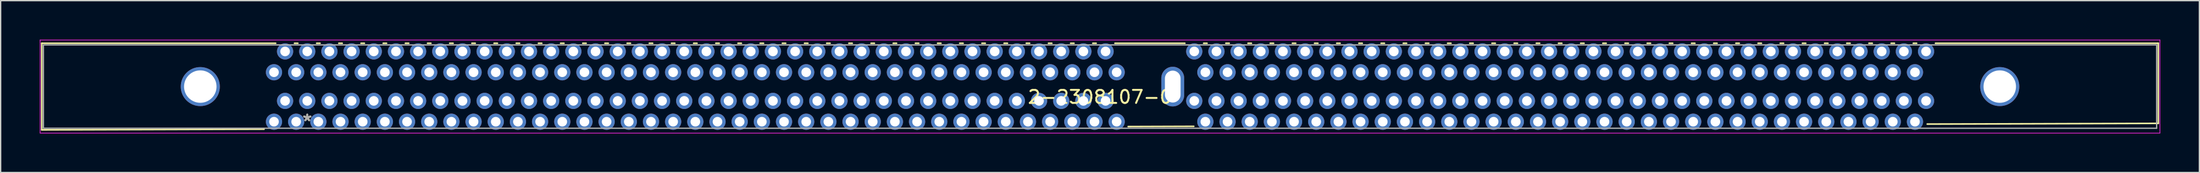
<source format=kicad_pcb>
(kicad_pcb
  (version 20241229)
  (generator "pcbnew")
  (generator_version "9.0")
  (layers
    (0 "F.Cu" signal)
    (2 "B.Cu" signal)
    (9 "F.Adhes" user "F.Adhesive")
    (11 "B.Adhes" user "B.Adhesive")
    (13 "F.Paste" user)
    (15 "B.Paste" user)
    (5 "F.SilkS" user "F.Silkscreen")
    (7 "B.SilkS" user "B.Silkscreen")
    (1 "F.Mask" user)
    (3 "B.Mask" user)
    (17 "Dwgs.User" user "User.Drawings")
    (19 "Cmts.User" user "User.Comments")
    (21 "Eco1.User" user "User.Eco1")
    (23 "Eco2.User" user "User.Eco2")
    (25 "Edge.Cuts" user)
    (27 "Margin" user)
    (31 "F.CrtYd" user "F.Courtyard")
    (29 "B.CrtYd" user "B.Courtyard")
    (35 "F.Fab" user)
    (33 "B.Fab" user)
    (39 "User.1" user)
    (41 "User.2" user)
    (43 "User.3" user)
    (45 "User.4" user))
  (footprint "2-2308107-0"
    (layer "F.Cu")
    (at 20.505 6.301)
    (property "Reference" "2-2308107-0" (at 60.775 -1.9 0) (layer "F.SilkS") (effects (font (size 1 1) (thickness 0.15))))
    (attr through_hole)
    (fp_line (start -20.353 -6.027) (end -20.353 0.627) (stroke (width 0.12) (type solid)) (layer "F.SilkS"))
    (fp_line (start -20.353 0.627) (end -3.313 0.575) (stroke (width 0.12) (type solid)) (layer "F.SilkS"))
    (fp_line (start -2.42 -6.027) (end -20.353 -6.027) (stroke (width 0.12) (type solid)) (layer "F.SilkS"))
    (fp_line (start -0.72 -6.027) (end -0.98 -6.027) (stroke (width 0.12) (type solid)) (layer "F.SilkS"))
    (fp_line (start 0.98 -6.027) (end 0.72 -6.027) (stroke (width 0.12) (type solid)) (layer "F.SilkS"))
    (fp_line (start 2.68 -6.027) (end 2.42 -6.027) (stroke (width 0.12) (type solid)) (layer "F.SilkS"))
    (fp_line (start 4.38 -6.027) (end 4.12 -6.027) (stroke (width 0.12) (type solid)) (layer "F.SilkS"))
    (fp_line (start 6.08 -6.027) (end 5.82 -6.027) (stroke (width 0.12) (type solid)) (layer "F.SilkS"))
    (fp_line (start 7.78 -6.027) (end 7.52 -6.027) (stroke (width 0.12) (type solid)) (layer "F.SilkS"))
    (fp_line (start 9.48 -6.027) (end 9.22 -6.027) (stroke (width 0.12) (type solid)) (layer "F.SilkS"))
    (fp_line (start 11.18 -6.027) (end 10.92 -6.027) (stroke (width 0.12) (type solid)) (layer "F.SilkS"))
    (fp_line (start 12.88 -6.027) (end 12.62 -6.027) (stroke (width 0.12) (type solid)) (layer "F.SilkS"))
    (fp_line (start 14.58 -6.027) (end 14.32 -6.027) (stroke (width 0.12) (type solid)) (layer "F.SilkS"))
    (fp_line (start 16.28 -6.027) (end 16.02 -6.027) (stroke (width 0.12) (type solid)) (layer "F.SilkS"))
    (fp_line (start 17.98 -6.027) (end 17.72 -6.027) (stroke (width 0.12) (type solid)) (layer "F.SilkS"))
    (fp_line (start 19.68 -6.027) (end 19.42 -6.027) (stroke (width 0.12) (type solid)) (layer "F.SilkS"))
    (fp_line (start 21.38 -6.027) (end 21.12 -6.027) (stroke (width 0.12) (type solid)) (layer "F.SilkS"))
    (fp_line (start 23.08 -6.027) (end 22.82 -6.027) (stroke (width 0.12) (type solid)) (layer "F.SilkS"))
    (fp_line (start 24.78 -6.027) (end 24.52 -6.027) (stroke (width 0.12) (type solid)) (layer "F.SilkS"))
    (fp_line (start 26.48 -6.027) (end 26.22 -6.027) (stroke (width 0.12) (type solid)) (layer "F.SilkS"))
    (fp_line (start 28.18 -6.027) (end 27.92 -6.027) (stroke (width 0.12) (type solid)) (layer "F.SilkS"))
    (fp_line (start 29.88 -6.027) (end 29.62 -6.027) (stroke (width 0.12) (type solid)) (layer "F.SilkS"))
    (fp_line (start 31.58 -6.027) (end 31.32 -6.027) (stroke (width 0.12) (type solid)) (layer "F.SilkS"))
    (fp_line (start 33.28 -6.027) (end 33.02 -6.027) (stroke (width 0.12) (type solid)) (layer "F.SilkS"))
    (fp_line (start 34.98 -6.027) (end 34.72 -6.027) (stroke (width 0.12) (type solid)) (layer "F.SilkS"))
    (fp_line (start 36.68 -6.027) (end 36.42 -6.027) (stroke (width 0.12) (type solid)) (layer "F.SilkS"))
    (fp_line (start 38.38 -6.027) (end 38.12 -6.027) (stroke (width 0.12) (type solid)) (layer "F.SilkS"))
    (fp_line (start 40.08 -6.027) (end 39.82 -6.027) (stroke (width 0.12) (type solid)) (layer "F.SilkS"))
    (fp_line (start 41.78 -6.027) (end 41.52 -6.027) (stroke (width 0.12) (type solid)) (layer "F.SilkS"))
    (fp_line (start 43.48 -6.027) (end 43.22 -6.027) (stroke (width 0.12) (type solid)) (layer "F.SilkS"))
    (fp_line (start 45.18 -6.027) (end 44.92 -6.027) (stroke (width 0.12) (type solid)) (layer "F.SilkS"))
    (fp_line (start 46.88 -6.027) (end 46.62 -6.027) (stroke (width 0.12) (type solid)) (layer "F.SilkS"))
    (fp_line (start 48.58 -6.027) (end 48.32 -6.027) (stroke (width 0.12) (type solid)) (layer "F.SilkS"))
    (fp_line (start 50.28 -6.027) (end 50.02 -6.027) (stroke (width 0.12) (type solid)) (layer "F.SilkS"))
    (fp_line (start 51.98 -6.027) (end 51.72 -6.027) (stroke (width 0.12) (type solid)) (layer "F.SilkS"))
    (fp_line (start 53.68 -6.027) (end 53.42 -6.027) (stroke (width 0.12) (type solid)) (layer "F.SilkS"))
    (fp_line (start 55.38 -6.027) (end 55.12 -6.027) (stroke (width 0.12) (type solid)) (layer "F.SilkS"))
    (fp_line (start 57.08 -6.027) (end 56.82 -6.027) (stroke (width 0.12) (type solid)) (layer "F.SilkS"))
    (fp_line (start 58.78 -6.027) (end 58.52 -6.027) (stroke (width 0.12) (type solid)) (layer "F.SilkS"))
    (fp_line (start 60.48 -6.027) (end 60.22 -6.027) (stroke (width 0.12) (type solid)) (layer "F.SilkS"))
    (fp_line (start 62.93 0.371) (end 67.963 0.355) (stroke (width 0.12) (type solid)) (layer "F.SilkS"))
    (fp_line (start 67.28 -6.027) (end 61.92 -6.027) (stroke (width 0.12) (type solid)) (layer "F.SilkS"))
    (fp_line (start 68.98 -6.027) (end 68.72 -6.027) (stroke (width 0.12) (type solid)) (layer "F.SilkS"))
    (fp_line (start 70.68 -6.027) (end 70.42 -6.027) (stroke (width 0.12) (type solid)) (layer "F.SilkS"))
    (fp_line (start 72.38 -6.027) (end 72.12 -6.027) (stroke (width 0.12) (type solid)) (layer "F.SilkS"))
    (fp_line (start 74.08 -6.027) (end 73.82 -6.027) (stroke (width 0.12) (type solid)) (layer "F.SilkS"))
    (fp_line (start 75.78 -6.027) (end 75.52 -6.027) (stroke (width 0.12) (type solid)) (layer "F.SilkS"))
    (fp_line (start 77.48 -6.027) (end 77.22 -6.027) (stroke (width 0.12) (type solid)) (layer "F.SilkS"))
    (fp_line (start 79.18 -6.027) (end 78.92 -6.027) (stroke (width 0.12) (type solid)) (layer "F.SilkS"))
    (fp_line (start 80.88 -6.027) (end 80.62 -6.027) (stroke (width 0.12) (type solid)) (layer "F.SilkS"))
    (fp_line (start 82.58 -6.027) (end 82.32 -6.027) (stroke (width 0.12) (type solid)) (layer "F.SilkS"))
    (fp_line (start 84.28 -6.027) (end 84.02 -6.027) (stroke (width 0.12) (type solid)) (layer "F.SilkS"))
    (fp_line (start 85.98 -6.027) (end 85.72 -6.027) (stroke (width 0.12) (type solid)) (layer "F.SilkS"))
    (fp_line (start 87.68 -6.027) (end 87.42 -6.027) (stroke (width 0.12) (type solid)) (layer "F.SilkS"))
    (fp_line (start 89.38 -6.027) (end 89.12 -6.027) (stroke (width 0.12) (type solid)) (layer "F.SilkS"))
    (fp_line (start 91.08 -6.027) (end 90.82 -6.027) (stroke (width 0.12) (type solid)) (layer "F.SilkS"))
    (fp_line (start 92.78 -6.027) (end 92.52 -6.027) (stroke (width 0.12) (type solid)) (layer "F.SilkS"))
    (fp_line (start 94.48 -6.027) (end 94.22 -6.027) (stroke (width 0.12) (type solid)) (layer "F.SilkS"))
    (fp_line (start 96.18 -6.027) (end 95.92 -6.027) (stroke (width 0.12) (type solid)) (layer "F.SilkS"))
    (fp_line (start 97.88 -6.027) (end 97.62 -6.027) (stroke (width 0.12) (type solid)) (layer "F.SilkS"))
    (fp_line (start 99.58 -6.027) (end 99.32 -6.027) (stroke (width 0.12) (type solid)) (layer "F.SilkS"))
    (fp_line (start 101.28 -6.027) (end 101.02 -6.027) (stroke (width 0.12) (type solid)) (layer "F.SilkS"))
    (fp_line (start 102.98 -6.027) (end 102.72 -6.027) (stroke (width 0.12) (type solid)) (layer "F.SilkS"))
    (fp_line (start 104.68 -6.027) (end 104.42 -6.027) (stroke (width 0.12) (type solid)) (layer "F.SilkS"))
    (fp_line (start 106.38 -6.027) (end 106.12 -6.027) (stroke (width 0.12) (type solid)) (layer "F.SilkS"))
    (fp_line (start 108.08 -6.027) (end 107.82 -6.027) (stroke (width 0.12) (type solid)) (layer "F.SilkS"))
    (fp_line (start 109.78 -6.027) (end 109.52 -6.027) (stroke (width 0.12) (type solid)) (layer "F.SilkS"))
    (fp_line (start 111.48 -6.027) (end 111.22 -6.027) (stroke (width 0.12) (type solid)) (layer "F.SilkS"))
    (fp_line (start 113.18 -6.027) (end 112.92 -6.027) (stroke (width 0.12) (type solid)) (layer "F.SilkS"))
    (fp_line (start 114.88 -6.027) (end 114.62 -6.027) (stroke (width 0.12) (type solid)) (layer "F.SilkS"))
    (fp_line (start 116.58 -6.027) (end 116.32 -6.027) (stroke (width 0.12) (type solid)) (layer "F.SilkS"))
    (fp_line (start 118.28 -6.027) (end 118.02 -6.027) (stroke (width 0.12) (type solid)) (layer "F.SilkS"))
    (fp_line (start 119.98 -6.027) (end 119.72 -6.027) (stroke (width 0.12) (type solid)) (layer "F.SilkS"))
    (fp_line (start 121.68 -6.027) (end 121.42 -6.027) (stroke (width 0.12) (type solid)) (layer "F.SilkS"))
    (fp_line (start 123.38 -6.027) (end 123.12 -6.027) (stroke (width 0.12) (type solid)) (layer "F.SilkS"))
    (fp_line (start 124.188 0.182) (end 141.903 0.127) (stroke (width 0.12) (type solid)) (layer "F.SilkS"))
    (fp_line (start 141.903 -6.027) (end 124.82 -6.027) (stroke (width 0.12) (type solid)) (layer "F.SilkS"))
    (fp_line (start 141.903 0.127) (end 141.903 -6.027) (stroke (width 0.12) (type solid)) (layer "F.SilkS"))
    (fp_line (start -20.48 -6.276) (end -20.48 0.876) (stroke (width 0.05) (type solid)) (layer "F.CrtYd"))
    (fp_line (start -20.48 0.876) (end 142.03 0.876) (stroke (width 0.05) (type solid)) (layer "F.CrtYd"))
    (fp_line (start 142.03 -6.276) (end -20.48 -6.276) (stroke (width 0.05) (type solid)) (layer "F.CrtYd"))
    (fp_line (start 142.03 0.876) (end 142.03 -6.276) (stroke (width 0.05) (type solid)) (layer "F.CrtYd"))
    (fp_line (start -20.226 -5.9) (end -20.226 0.5) (stroke (width 0.1) (type solid)) (layer "F.Fab"))
    (fp_line (start -20.226 0.5) (end 141.776 0.5) (stroke (width 0.1) (type solid)) (layer "F.Fab"))
    (fp_line (start 141.776 -5.9) (end -20.226 -5.9) (stroke (width 0.1) (type solid)) (layer "F.Fab"))
    (fp_line (start 141.776 0.5) (end 141.776 -5.9) (stroke (width 0.1) (type solid)) (layer "F.Fab"))
    (fp_text user "*" (at 0 0 0) (layer "F.SilkS") (effects (font (size 1 1) (thickness 0.15))))
    (fp_text user "Copyright 2021 Accelerated Designs. All rights reserved." (at 0 0 0) (layer "Cmts.User") (effects (font (size 0.127 0.127) (thickness 0.002))))
    (fp_text user "*" (at 0 0 0) (layer "F.Fab") (effects (font (size 1 1) (thickness 0.15))))
    (pad "1" thru_hole circle (at -2.55 -0.000001) (size 1.245 1.245) (drill 0.737) (layers "*.Cu" "*.Mask"))
    (pad "2" thru_hole circle (at -1.7 -1.6) (size 1.245 1.245) (drill 0.737) (layers "*.Cu" "*.Mask"))
    (pad "3" thru_hole circle (at -0.85 -0.000001) (size 1.245 1.245) (drill 0.737) (layers "*.Cu" "*.Mask"))
    (pad "4" thru_hole circle (at 0.000024 -1.6) (size 1.245 1.245) (drill 0.737) (layers "*.Cu" "*.Mask"))
    (pad "5" thru_hole circle (at 0.85 -0.000001) (size 1.245 1.245) (drill 0.737) (layers "*.Cu" "*.Mask"))
    (pad "6" thru_hole circle (at 1.7 -1.6) (size 1.245 1.245) (drill 0.737) (layers "*.Cu" "*.Mask"))
    (pad "7" thru_hole circle (at 2.55 -0.000001) (size 1.245 1.245) (drill 0.737) (layers "*.Cu" "*.Mask"))
    (pad "8" thru_hole circle (at 3.4 -1.6) (size 1.245 1.245) (drill 0.737) (layers "*.Cu" "*.Mask"))
    (pad "9" thru_hole circle (at 4.25 -0.000001) (size 1.245 1.245) (drill 0.737) (layers "*.Cu" "*.Mask"))
    (pad "10" thru_hole circle (at 5.1 -1.6) (size 1.245 1.245) (drill 0.737) (layers "*.Cu" "*.Mask"))
    (pad "11" thru_hole circle (at 5.95 -0.000001) (size 1.245 1.245) (drill 0.737) (layers "*.Cu" "*.Mask"))
    (pad "12" thru_hole circle (at 6.8 -1.6) (size 1.245 1.245) (drill 0.737) (layers "*.Cu" "*.Mask"))
    (pad "13" thru_hole circle (at 7.65 -0.000001) (size 1.245 1.245) (drill 0.737) (layers "*.Cu" "*.Mask"))
    (pad "14" thru_hole circle (at 8.5 -1.6) (size 1.245 1.245) (drill 0.737) (layers "*.Cu" "*.Mask"))
    (pad "15" thru_hole circle (at 9.35 -0.000001) (size 1.245 1.245) (drill 0.737) (layers "*.Cu" "*.Mask"))
    (pad "16" thru_hole circle (at 10.2 -1.6) (size 1.245 1.245) (drill 0.737) (layers "*.Cu" "*.Mask"))
    (pad "17" thru_hole circle (at 11.05 -0.000001) (size 1.245 1.245) (drill 0.737) (layers "*.Cu" "*.Mask"))
    (pad "18" thru_hole circle (at 11.9 -1.6) (size 1.245 1.245) (drill 0.737) (layers "*.Cu" "*.Mask"))
    (pad "19" thru_hole circle (at 12.75 -0.000001) (size 1.245 1.245) (drill 0.737) (layers "*.Cu" "*.Mask"))
    (pad "20" thru_hole circle (at 13.6 -1.6) (size 1.245 1.245) (drill 0.737) (layers "*.Cu" "*.Mask"))
    (pad "21" thru_hole circle (at 14.45 -0.000001) (size 1.245 1.245) (drill 0.737) (layers "*.Cu" "*.Mask"))
    (pad "22" thru_hole circle (at 15.3 -1.6) (size 1.245 1.245) (drill 0.737) (layers "*.Cu" "*.Mask"))
    (pad "23" thru_hole circle (at 16.15 -0.000001) (size 1.245 1.245) (drill 0.737) (layers "*.Cu" "*.Mask"))
    (pad "24" thru_hole circle (at 17 -1.6) (size 1.245 1.245) (drill 0.737) (layers "*.Cu" "*.Mask"))
    (pad "25" thru_hole circle (at 17.85 -0.000001) (size 1.245 1.245) (drill 0.737) (layers "*.Cu" "*.Mask"))
    (pad "26" thru_hole circle (at 18.7 -1.6) (size 1.245 1.245) (drill 0.737) (layers "*.Cu" "*.Mask"))
    (pad "27" thru_hole circle (at 19.55 -0.000001) (size 1.245 1.245) (drill 0.737) (layers "*.Cu" "*.Mask"))
    (pad "28" thru_hole circle (at 20.4 -1.6) (size 1.245 1.245) (drill 0.737) (layers "*.Cu" "*.Mask"))
    (pad "29" thru_hole circle (at 21.25 -0.000001) (size 1.245 1.245) (drill 0.737) (layers "*.Cu" "*.Mask"))
    (pad "30" thru_hole circle (at 22.1 -1.6) (size 1.245 1.245) (drill 0.737) (layers "*.Cu" "*.Mask"))
    (pad "31" thru_hole circle (at 22.95 -0.000001) (size 1.245 1.245) (drill 0.737) (layers "*.Cu" "*.Mask"))
    (pad "32" thru_hole circle (at 23.8 -1.6) (size 1.245 1.245) (drill 0.737) (layers "*.Cu" "*.Mask"))
    (pad "33" thru_hole circle (at 24.65 -0.000001) (size 1.245 1.245) (drill 0.737) (layers "*.Cu" "*.Mask"))
    (pad "34" thru_hole circle (at 25.5 -1.6) (size 1.245 1.245) (drill 0.737) (layers "*.Cu" "*.Mask"))
    (pad "35" thru_hole circle (at 26.35 -0.000001) (size 1.245 1.245) (drill 0.737) (layers "*.Cu" "*.Mask"))
    (pad "36" thru_hole circle (at 27.2 -1.6) (size 1.245 1.245) (drill 0.737) (layers "*.Cu" "*.Mask"))
    (pad "37" thru_hole circle (at 28.05 -0.000001) (size 1.245 1.245) (drill 0.737) (layers "*.Cu" "*.Mask"))
    (pad "38" thru_hole circle (at 28.9 -1.6) (size 1.245 1.245) (drill 0.737) (layers "*.Cu" "*.Mask"))
    (pad "39" thru_hole circle (at 29.75 -0.000001) (size 1.245 1.245) (drill 0.737) (layers "*.Cu" "*.Mask"))
    (pad "40" thru_hole circle (at 30.6 -1.6) (size 1.245 1.245) (drill 0.737) (layers "*.Cu" "*.Mask"))
    (pad "41" thru_hole circle (at 31.45 -0.000001) (size 1.245 1.245) (drill 0.737) (layers "*.Cu" "*.Mask"))
    (pad "42" thru_hole circle (at 32.3 -1.6) (size 1.245 1.245) (drill 0.737) (layers "*.Cu" "*.Mask"))
    (pad "43" thru_hole circle (at 33.15 -0.000001) (size 1.245 1.245) (drill 0.737) (layers "*.Cu" "*.Mask"))
    (pad "44" thru_hole circle (at 34 -1.6) (size 1.245 1.245) (drill 0.737) (layers "*.Cu" "*.Mask"))
    (pad "45" thru_hole circle (at 34.85 -0.000001) (size 1.245 1.245) (drill 0.737) (layers "*.Cu" "*.Mask"))
    (pad "46" thru_hole circle (at 35.7 -1.6) (size 1.245 1.245) (drill 0.737) (layers "*.Cu" "*.Mask"))
    (pad "47" thru_hole circle (at 36.55 -0.000001) (size 1.245 1.245) (drill 0.737) (layers "*.Cu" "*.Mask"))
    (pad "48" thru_hole circle (at 37.4 -1.6) (size 1.245 1.245) (drill 0.737) (layers "*.Cu" "*.Mask"))
    (pad "49" thru_hole circle (at 38.25 -0.000001) (size 1.245 1.245) (drill 0.737) (layers "*.Cu" "*.Mask"))
    (pad "50" thru_hole circle (at 39.1 -1.6) (size 1.245 1.245) (drill 0.737) (layers "*.Cu" "*.Mask"))
    (pad "51" thru_hole circle (at 39.95 -0.000001) (size 1.245 1.245) (drill 0.737) (layers "*.Cu" "*.Mask"))
    (pad "52" thru_hole circle (at 40.8 -1.6) (size 1.245 1.245) (drill 0.737) (layers "*.Cu" "*.Mask"))
    (pad "53" thru_hole circle (at 41.65 -0.000001) (size 1.245 1.245) (drill 0.737) (layers "*.Cu" "*.Mask"))
    (pad "54" thru_hole circle (at 42.5 -1.6) (size 1.245 1.245) (drill 0.737) (layers "*.Cu" "*.Mask"))
    (pad "55" thru_hole circle (at 43.35 -0.000001) (size 1.245 1.245) (drill 0.737) (layers "*.Cu" "*.Mask"))
    (pad "56" thru_hole circle (at 44.2 -1.6) (size 1.245 1.245) (drill 0.737) (layers "*.Cu" "*.Mask"))
    (pad "57" thru_hole circle (at 45.05 -0.000001) (size 1.245 1.245) (drill 0.737) (layers "*.Cu" "*.Mask"))
    (pad "58" thru_hole circle (at 45.9 -1.6) (size 1.245 1.245) (drill 0.737) (layers "*.Cu" "*.Mask"))
    (pad "59" thru_hole circle (at 46.75 -0.000001) (size 1.245 1.245) (drill 0.737) (layers "*.Cu" "*.Mask"))
    (pad "60" thru_hole circle (at 47.6 -1.6) (size 1.245 1.245) (drill 0.737) (layers "*.Cu" "*.Mask"))
    (pad "61" thru_hole circle (at 48.45 -0.000001) (size 1.245 1.245) (drill 0.737) (layers "*.Cu" "*.Mask"))
    (pad "62" thru_hole circle (at 49.3 -1.6) (size 1.245 1.245) (drill 0.737) (layers "*.Cu" "*.Mask"))
    (pad "63" thru_hole circle (at 50.15 -0.000001) (size 1.245 1.245) (drill 0.737) (layers "*.Cu" "*.Mask"))
    (pad "64" thru_hole circle (at 51 -1.6) (size 1.245 1.245) (drill 0.737) (layers "*.Cu" "*.Mask"))
    (pad "65" thru_hole circle (at 51.85 -0.000001) (size 1.245 1.245) (drill 0.737) (layers "*.Cu" "*.Mask"))
    (pad "66" thru_hole circle (at 52.7 -1.6) (size 1.245 1.245) (drill 0.737) (layers "*.Cu" "*.Mask"))
    (pad "67" thru_hole circle (at 53.55 -0.000001) (size 1.245 1.245) (drill 0.737) (layers "*.Cu" "*.Mask"))
    (pad "68" thru_hole circle (at 54.4 -1.6) (size 1.245 1.245) (drill 0.737) (layers "*.Cu" "*.Mask"))
    (pad "69" thru_hole circle (at 55.25 -0.000001) (size 1.245 1.245) (drill 0.737) (layers "*.Cu" "*.Mask"))
    (pad "70" thru_hole circle (at 56.1 -1.6) (size 1.245 1.245) (drill 0.737) (layers "*.Cu" "*.Mask"))
    (pad "71" thru_hole circle (at 56.95 -0.000001) (size 1.245 1.245) (drill 0.737) (layers "*.Cu" "*.Mask"))
    (pad "72" thru_hole circle (at 57.8 -1.6) (size 1.245 1.245) (drill 0.737) (layers "*.Cu" "*.Mask"))
    (pad "73" thru_hole circle (at 58.65 -0.000001) (size 1.245 1.245) (drill 0.737) (layers "*.Cu" "*.Mask"))
    (pad "74" thru_hole circle (at 59.5 -1.6) (size 1.245 1.245) (drill 0.737) (layers "*.Cu" "*.Mask"))
    (pad "75" thru_hole circle (at 60.35 -0.000001) (size 1.245 1.245) (drill 0.737) (layers "*.Cu" "*.Mask"))
    (pad "76" thru_hole circle (at 61.2 -1.6) (size 1.245 1.245) (drill 0.737) (layers "*.Cu" "*.Mask"))
    (pad "77" thru_hole circle (at 62.05 -0.000001) (size 1.245 1.245) (drill 0.737) (layers "*.Cu" "*.Mask"))
    (pad "78" thru_hole circle (at 68 -1.6) (size 1.245 1.245) (drill 0.737) (layers "*.Cu" "*.Mask"))
    (pad "79" thru_hole circle (at 68.85 -0.000001) (size 1.245 1.245) (drill 0.737) (layers "*.Cu" "*.Mask"))
    (pad "80" thru_hole circle (at 69.7 -1.6) (size 1.245 1.245) (drill 0.737) (layers "*.Cu" "*.Mask"))
    (pad "81" thru_hole circle (at 70.55 -0.000001) (size 1.245 1.245) (drill 0.737) (layers "*.Cu" "*.Mask"))
    (pad "82" thru_hole circle (at 71.4 -1.6) (size 1.245 1.245) (drill 0.737) (layers "*.Cu" "*.Mask"))
    (pad "83" thru_hole circle (at 72.25 -0.000001) (size 1.245 1.245) (drill 0.737) (layers "*.Cu" "*.Mask"))
    (pad "84" thru_hole circle (at 73.1 -1.6) (size 1.245 1.245) (drill 0.737) (layers "*.Cu" "*.Mask"))
    (pad "85" thru_hole circle (at 73.95 -0.000001) (size 1.245 1.245) (drill 0.737) (layers "*.Cu" "*.Mask"))
    (pad "86" thru_hole circle (at 74.8 -1.6) (size 1.245 1.245) (drill 0.737) (layers "*.Cu" "*.Mask"))
    (pad "87" thru_hole circle (at 75.65 -0.000001) (size 1.245 1.245) (drill 0.737) (layers "*.Cu" "*.Mask"))
    (pad "88" thru_hole circle (at 76.5 -1.6) (size 1.245 1.245) (drill 0.737) (layers "*.Cu" "*.Mask"))
    (pad "89" thru_hole circle (at 77.35 -0.000001) (size 1.245 1.245) (drill 0.737) (layers "*.Cu" "*.Mask"))
    (pad "90" thru_hole circle (at 78.2 -1.6) (size 1.245 1.245) (drill 0.737) (layers "*.Cu" "*.Mask"))
    (pad "91" thru_hole circle (at 79.05 -0.000001) (size 1.245 1.245) (drill 0.737) (layers "*.Cu" "*.Mask"))
    (pad "92" thru_hole circle (at 79.9 -1.6) (size 1.245 1.245) (drill 0.737) (layers "*.Cu" "*.Mask"))
    (pad "93" thru_hole circle (at 80.75 -0.000001) (size 1.245 1.245) (drill 0.737) (layers "*.Cu" "*.Mask"))
    (pad "94" thru_hole circle (at 81.6 -1.6) (size 1.245 1.245) (drill 0.737) (layers "*.Cu" "*.Mask"))
    (pad "95" thru_hole circle (at 82.45 -0.000001) (size 1.245 1.245) (drill 0.737) (layers "*.Cu" "*.Mask"))
    (pad "96" thru_hole circle (at 83.3 -1.6) (size 1.245 1.245) (drill 0.737) (layers "*.Cu" "*.Mask"))
    (pad "97" thru_hole circle (at 84.15 -0.000001) (size 1.245 1.245) (drill 0.737) (layers "*.Cu" "*.Mask"))
    (pad "98" thru_hole circle (at 85 -1.6) (size 1.245 1.245) (drill 0.737) (layers "*.Cu" "*.Mask"))
    (pad "99" thru_hole circle (at 85.85 -0.000001) (size 1.245 1.245) (drill 0.737) (layers "*.Cu" "*.Mask"))
    (pad "100" thru_hole circle (at 86.7 -1.6) (size 1.245 1.245) (drill 0.737) (layers "*.Cu" "*.Mask"))
    (pad "101" thru_hole circle (at 87.55 -0.000001) (size 1.245 1.245) (drill 0.737) (layers "*.Cu" "*.Mask"))
    (pad "102" thru_hole circle (at 88.4 -1.6) (size 1.245 1.245) (drill 0.737) (layers "*.Cu" "*.Mask"))
    (pad "103" thru_hole circle (at 89.25 -0.000001) (size 1.245 1.245) (drill 0.737) (layers "*.Cu" "*.Mask"))
    (pad "104" thru_hole circle (at 90.1 -1.6) (size 1.245 1.245) (drill 0.737) (layers "*.Cu" "*.Mask"))
    (pad "105" thru_hole circle (at 90.95 -0.000001) (size 1.245 1.245) (drill 0.737) (layers "*.Cu" "*.Mask"))
    (pad "106" thru_hole circle (at 91.8 -1.6) (size 1.245 1.245) (drill 0.737) (layers "*.Cu" "*.Mask"))
    (pad "107" thru_hole circle (at 92.65 -0.000001) (size 1.245 1.245) (drill 0.737) (layers "*.Cu" "*.Mask"))
    (pad "108" thru_hole circle (at 93.5 -1.6) (size 1.245 1.245) (drill 0.737) (layers "*.Cu" "*.Mask"))
    (pad "109" thru_hole circle (at 94.35 -0.000001) (size 1.245 1.245) (drill 0.737) (layers "*.Cu" "*.Mask"))
    (pad "110" thru_hole circle (at 95.2 -1.6) (size 1.245 1.245) (drill 0.737) (layers "*.Cu" "*.Mask"))
    (pad "111" thru_hole circle (at 96.05 -0.000001) (size 1.245 1.245) (drill 0.737) (layers "*.Cu" "*.Mask"))
    (pad "112" thru_hole circle (at 96.9 -1.6) (size 1.245 1.245) (drill 0.737) (layers "*.Cu" "*.Mask"))
    (pad "113" thru_hole circle (at 97.75 -0.000001) (size 1.245 1.245) (drill 0.737) (layers "*.Cu" "*.Mask"))
    (pad "114" thru_hole circle (at 98.6 -1.6) (size 1.245 1.245) (drill 0.737) (layers "*.Cu" "*.Mask"))
    (pad "115" thru_hole circle (at 99.45 -0.000001) (size 1.245 1.245) (drill 0.737) (layers "*.Cu" "*.Mask"))
    (pad "116" thru_hole circle (at 100.3 -1.6) (size 1.245 1.245) (drill 0.737) (layers "*.Cu" "*.Mask"))
    (pad "117" thru_hole circle (at 101.15 -0.000001) (size 1.245 1.245) (drill 0.737) (layers "*.Cu" "*.Mask"))
    (pad "118" thru_hole circle (at 102 -1.6) (size 1.245 1.245) (drill 0.737) (layers "*.Cu" "*.Mask"))
    (pad "119" thru_hole circle (at 102.85 -0.000001) (size 1.245 1.245) (drill 0.737) (layers "*.Cu" "*.Mask"))
    (pad "120" thru_hole circle (at 103.7 -1.6) (size 1.245 1.245) (drill 0.737) (layers "*.Cu" "*.Mask"))
    (pad "121" thru_hole circle (at 104.55 -0.000001) (size 1.245 1.245) (drill 0.737) (layers "*.Cu" "*.Mask"))
    (pad "122" thru_hole circle (at 105.4 -1.6) (size 1.245 1.245) (drill 0.737) (layers "*.Cu" "*.Mask"))
    (pad "123" thru_hole circle (at 106.25 -0.000001) (size 1.245 1.245) (drill 0.737) (layers "*.Cu" "*.Mask"))
    (pad "124" thru_hole circle (at 107.1 -1.6) (size 1.245 1.245) (drill 0.737) (layers "*.Cu" "*.Mask"))
    (pad "125" thru_hole circle (at 107.95 -0.000001) (size 1.245 1.245) (drill 0.737) (layers "*.Cu" "*.Mask"))
    (pad "126" thru_hole circle (at 108.8 -1.6) (size 1.245 1.245) (drill 0.737) (layers "*.Cu" "*.Mask"))
    (pad "127" thru_hole circle (at 109.65 -0.000001) (size 1.245 1.245) (drill 0.737) (layers "*.Cu" "*.Mask"))
    (pad "128" thru_hole circle (at 110.5 -1.6) (size 1.245 1.245) (drill 0.737) (layers "*.Cu" "*.Mask"))
    (pad "129" thru_hole circle (at 111.35 -0.000001) (size 1.245 1.245) (drill 0.737) (layers "*.Cu" "*.Mask"))
    (pad "130" thru_hole circle (at 112.2 -1.6) (size 1.245 1.245) (drill 0.737) (layers "*.Cu" "*.Mask"))
    (pad "131" thru_hole circle (at 113.05 -0.000001) (size 1.245 1.245) (drill 0.737) (layers "*.Cu" "*.Mask"))
    (pad "132" thru_hole circle (at 113.9 -1.6) (size 1.245 1.245) (drill 0.737) (layers "*.Cu" "*.Mask"))
    (pad "133" thru_hole circle (at 114.75 -0.000001) (size 1.245 1.245) (drill 0.737) (layers "*.Cu" "*.Mask"))
    (pad "134" thru_hole circle (at 115.6 -1.6) (size 1.245 1.245) (drill 0.737) (layers "*.Cu" "*.Mask"))
    (pad "135" thru_hole circle (at 116.45 -0.000001) (size 1.245 1.245) (drill 0.737) (layers "*.Cu" "*.Mask"))
    (pad "136" thru_hole circle (at 117.3 -1.6) (size 1.245 1.245) (drill 0.737) (layers "*.Cu" "*.Mask"))
    (pad "137" thru_hole circle (at 118.15 -0.000001) (size 1.245 1.245) (drill 0.737) (layers "*.Cu" "*.Mask"))
    (pad "138" thru_hole circle (at 119 -1.6) (size 1.245 1.245) (drill 0.737) (layers "*.Cu" "*.Mask"))
    (pad "139" thru_hole circle (at 119.85 -0.000001) (size 1.245 1.245) (drill 0.737) (layers "*.Cu" "*.Mask"))
    (pad "140" thru_hole circle (at 120.7 -1.6) (size 1.245 1.245) (drill 0.737) (layers "*.Cu" "*.Mask"))
    (pad "141" thru_hole circle (at 121.55 -0.000001) (size 1.245 1.245) (drill 0.737) (layers "*.Cu" "*.Mask"))
    (pad "142" thru_hole circle (at 122.4 -1.6) (size 1.245 1.245) (drill 0.737) (layers "*.Cu" "*.Mask"))
    (pad "143" thru_hole circle (at 123.25 -0.000001) (size 1.245 1.245) (drill 0.737) (layers "*.Cu" "*.Mask"))
    (pad "144" thru_hole circle (at 124.1 -1.6) (size 1.245 1.245) (drill 0.737) (layers "*.Cu" "*.Mask"))
    (pad "145" thru_hole circle (at -2.55 -3.8) (size 1.245 1.245) (drill 0.737) (layers "*.Cu" "*.Mask"))
    (pad "146" thru_hole circle (at -1.7 -5.4) (size 1.245 1.245) (drill 0.737) (layers "*.Cu" "*.Mask"))
    (pad "147" thru_hole circle (at -0.85 -3.8) (size 1.245 1.245) (drill 0.737) (layers "*.Cu" "*.Mask"))
    (pad "148" thru_hole circle (at 0.000024 -5.4) (size 1.245 1.245) (drill 0.737) (layers "*.Cu" "*.Mask"))
    (pad "149" thru_hole circle (at 0.85 -3.8) (size 1.245 1.245) (drill 0.737) (layers "*.Cu" "*.Mask"))
    (pad "150" thru_hole circle (at 1.7 -5.4) (size 1.245 1.245) (drill 0.737) (layers "*.Cu" "*.Mask"))
    (pad "151" thru_hole circle (at 2.55 -3.8) (size 1.245 1.245) (drill 0.737) (layers "*.Cu" "*.Mask"))
    (pad "152" thru_hole circle (at 3.4 -5.4) (size 1.245 1.245) (drill 0.737) (layers "*.Cu" "*.Mask"))
    (pad "153" thru_hole circle (at 4.25 -3.8) (size 1.245 1.245) (drill 0.737) (layers "*.Cu" "*.Mask"))
    (pad "154" thru_hole circle (at 5.1 -5.4) (size 1.245 1.245) (drill 0.737) (layers "*.Cu" "*.Mask"))
    (pad "155" thru_hole circle (at 5.95 -3.8) (size 1.245 1.245) (drill 0.737) (layers "*.Cu" "*.Mask"))
    (pad "156" thru_hole circle (at 6.8 -5.4) (size 1.245 1.245) (drill 0.737) (layers "*.Cu" "*.Mask"))
    (pad "157" thru_hole circle (at 7.65 -3.8) (size 1.245 1.245) (drill 0.737) (layers "*.Cu" "*.Mask"))
    (pad "158" thru_hole circle (at 8.5 -5.4) (size 1.245 1.245) (drill 0.737) (layers "*.Cu" "*.Mask"))
    (pad "159" thru_hole circle (at 9.35 -3.8) (size 1.245 1.245) (drill 0.737) (layers "*.Cu" "*.Mask"))
    (pad "160" thru_hole circle (at 10.2 -5.4) (size 1.245 1.245) (drill 0.737) (layers "*.Cu" "*.Mask"))
    (pad "161" thru_hole circle (at 11.05 -3.8) (size 1.245 1.245) (drill 0.737) (layers "*.Cu" "*.Mask"))
    (pad "162" thru_hole circle (at 11.9 -5.4) (size 1.245 1.245) (drill 0.737) (layers "*.Cu" "*.Mask"))
    (pad "163" thru_hole circle (at 12.75 -3.8) (size 1.245 1.245) (drill 0.737) (layers "*.Cu" "*.Mask"))
    (pad "164" thru_hole circle (at 13.6 -5.4) (size 1.245 1.245) (drill 0.737) (layers "*.Cu" "*.Mask"))
    (pad "165" thru_hole circle (at 14.45 -3.8) (size 1.245 1.245) (drill 0.737) (layers "*.Cu" "*.Mask"))
    (pad "166" thru_hole circle (at 15.3 -5.4) (size 1.245 1.245) (drill 0.737) (layers "*.Cu" "*.Mask"))
    (pad "167" thru_hole circle (at 16.15 -3.8) (size 1.245 1.245) (drill 0.737) (layers "*.Cu" "*.Mask"))
    (pad "168" thru_hole circle (at 17 -5.4) (size 1.245 1.245) (drill 0.737) (layers "*.Cu" "*.Mask"))
    (pad "169" thru_hole circle (at 17.85 -3.8) (size 1.245 1.245) (drill 0.737) (layers "*.Cu" "*.Mask"))
    (pad "170" thru_hole circle (at 18.7 -5.4) (size 1.245 1.245) (drill 0.737) (layers "*.Cu" "*.Mask"))
    (pad "171" thru_hole circle (at 19.55 -3.8) (size 1.245 1.245) (drill 0.737) (layers "*.Cu" "*.Mask"))
    (pad "172" thru_hole circle (at 20.4 -5.4) (size 1.245 1.245) (drill 0.737) (layers "*.Cu" "*.Mask"))
    (pad "173" thru_hole circle (at 21.25 -3.8) (size 1.245 1.245) (drill 0.737) (layers "*.Cu" "*.Mask"))
    (pad "174" thru_hole circle (at 22.1 -5.4) (size 1.245 1.245) (drill 0.737) (layers "*.Cu" "*.Mask"))
    (pad "175" thru_hole circle (at 22.95 -3.8) (size 1.245 1.245) (drill 0.737) (layers "*.Cu" "*.Mask"))
    (pad "176" thru_hole circle (at 23.8 -5.4) (size 1.245 1.245) (drill 0.737) (layers "*.Cu" "*.Mask"))
    (pad "177" thru_hole circle (at 24.65 -3.8) (size 1.245 1.245) (drill 0.737) (layers "*.Cu" "*.Mask"))
    (pad "178" thru_hole circle (at 25.5 -5.4) (size 1.245 1.245) (drill 0.737) (layers "*.Cu" "*.Mask"))
    (pad "179" thru_hole circle (at 26.35 -3.8) (size 1.245 1.245) (drill 0.737) (layers "*.Cu" "*.Mask"))
    (pad "180" thru_hole circle (at 27.2 -5.4) (size 1.245 1.245) (drill 0.737) (layers "*.Cu" "*.Mask"))
    (pad "181" thru_hole circle (at 28.05 -3.8) (size 1.245 1.245) (drill 0.737) (layers "*.Cu" "*.Mask"))
    (pad "182" thru_hole circle (at 28.9 -5.4) (size 1.245 1.245) (drill 0.737) (layers "*.Cu" "*.Mask"))
    (pad "183" thru_hole circle (at 29.75 -3.8) (size 1.245 1.245) (drill 0.737) (layers "*.Cu" "*.Mask"))
    (pad "184" thru_hole circle (at 30.6 -5.4) (size 1.245 1.245) (drill 0.737) (layers "*.Cu" "*.Mask"))
    (pad "185" thru_hole circle (at 31.45 -3.8) (size 1.245 1.245) (drill 0.737) (layers "*.Cu" "*.Mask"))
    (pad "186" thru_hole circle (at 32.3 -5.4) (size 1.245 1.245) (drill 0.737) (layers "*.Cu" "*.Mask"))
    (pad "187" thru_hole circle (at 33.15 -3.8) (size 1.245 1.245) (drill 0.737) (layers "*.Cu" "*.Mask"))
    (pad "188" thru_hole circle (at 34 -5.4) (size 1.245 1.245) (drill 0.737) (layers "*.Cu" "*.Mask"))
    (pad "189" thru_hole circle (at 34.85 -3.8) (size 1.245 1.245) (drill 0.737) (layers "*.Cu" "*.Mask"))
    (pad "190" thru_hole circle (at 35.7 -5.4) (size 1.245 1.245) (drill 0.737) (layers "*.Cu" "*.Mask"))
    (pad "191" thru_hole circle (at 36.55 -3.8) (size 1.245 1.245) (drill 0.737) (layers "*.Cu" "*.Mask"))
    (pad "192" thru_hole circle (at 37.4 -5.4) (size 1.245 1.245) (drill 0.737) (layers "*.Cu" "*.Mask"))
    (pad "193" thru_hole circle (at 38.25 -3.8) (size 1.245 1.245) (drill 0.737) (layers "*.Cu" "*.Mask"))
    (pad "194" thru_hole circle (at 39.1 -5.4) (size 1.245 1.245) (drill 0.737) (layers "*.Cu" "*.Mask"))
    (pad "195" thru_hole circle (at 39.95 -3.8) (size 1.245 1.245) (drill 0.737) (layers "*.Cu" "*.Mask"))
    (pad "196" thru_hole circle (at 40.8 -5.4) (size 1.245 1.245) (drill 0.737) (layers "*.Cu" "*.Mask"))
    (pad "197" thru_hole circle (at 41.65 -3.8) (size 1.245 1.245) (drill 0.737) (layers "*.Cu" "*.Mask"))
    (pad "198" thru_hole circle (at 42.5 -5.4) (size 1.245 1.245) (drill 0.737) (layers "*.Cu" "*.Mask"))
    (pad "199" thru_hole circle (at 43.35 -3.8) (size 1.245 1.245) (drill 0.737) (layers "*.Cu" "*.Mask"))
    (pad "200" thru_hole circle (at 44.2 -5.4) (size 1.245 1.245) (drill 0.737) (layers "*.Cu" "*.Mask"))
    (pad "201" thru_hole circle (at 45.05 -3.8) (size 1.245 1.245) (drill 0.737) (layers "*.Cu" "*.Mask"))
    (pad "202" thru_hole circle (at 45.9 -5.4) (size 1.245 1.245) (drill 0.737) (layers "*.Cu" "*.Mask"))
    (pad "203" thru_hole circle (at 46.75 -3.8) (size 1.245 1.245) (drill 0.737) (layers "*.Cu" "*.Mask"))
    (pad "204" thru_hole circle (at 47.6 -5.4) (size 1.245 1.245) (drill 0.737) (layers "*.Cu" "*.Mask"))
    (pad "205" thru_hole circle (at 48.45 -3.8) (size 1.245 1.245) (drill 0.737) (layers "*.Cu" "*.Mask"))
    (pad "206" thru_hole circle (at 49.3 -5.4) (size 1.245 1.245) (drill 0.737) (layers "*.Cu" "*.Mask"))
    (pad "207" thru_hole circle (at 50.15 -3.8) (size 1.245 1.245) (drill 0.737) (layers "*.Cu" "*.Mask"))
    (pad "208" thru_hole circle (at 51 -5.4) (size 1.245 1.245) (drill 0.737) (layers "*.Cu" "*.Mask"))
    (pad "209" thru_hole circle (at 51.85 -3.8) (size 1.245 1.245) (drill 0.737) (layers "*.Cu" "*.Mask"))
    (pad "210" thru_hole circle (at 52.7 -5.4) (size 1.245 1.245) (drill 0.737) (layers "*.Cu" "*.Mask"))
    (pad "211" thru_hole circle (at 53.55 -3.8) (size 1.245 1.245) (drill 0.737) (layers "*.Cu" "*.Mask"))
    (pad "212" thru_hole circle (at 54.4 -5.4) (size 1.245 1.245) (drill 0.737) (layers "*.Cu" "*.Mask"))
    (pad "213" thru_hole circle (at 55.25 -3.8) (size 1.245 1.245) (drill 0.737) (layers "*.Cu" "*.Mask"))
    (pad "214" thru_hole circle (at 56.1 -5.4) (size 1.245 1.245) (drill 0.737) (layers "*.Cu" "*.Mask"))
    (pad "215" thru_hole circle (at 56.95 -3.8) (size 1.245 1.245) (drill 0.737) (layers "*.Cu" "*.Mask"))
    (pad "216" thru_hole circle (at 57.8 -5.4) (size 1.245 1.245) (drill 0.737) (layers "*.Cu" "*.Mask"))
    (pad "217" thru_hole circle (at 58.65 -3.8) (size 1.245 1.245) (drill 0.737) (layers "*.Cu" "*.Mask"))
    (pad "218" thru_hole circle (at 59.5 -5.4) (size 1.245 1.245) (drill 0.737) (layers "*.Cu" "*.Mask"))
    (pad "219" thru_hole circle (at 60.35 -3.8) (size 1.245 1.245) (drill 0.737) (layers "*.Cu" "*.Mask"))
    (pad "220" thru_hole circle (at 61.2 -5.4) (size 1.245 1.245) (drill 0.737) (layers "*.Cu" "*.Mask"))
    (pad "221" thru_hole circle (at 62.05 -3.8) (size 1.245 1.245) (drill 0.737) (layers "*.Cu" "*.Mask"))
    (pad "222" thru_hole circle (at 68 -5.4) (size 1.245 1.245) (drill 0.737) (layers "*.Cu" "*.Mask"))
    (pad "223" thru_hole circle (at 68.85 -3.8) (size 1.245 1.245) (drill 0.737) (layers "*.Cu" "*.Mask"))
    (pad "224" thru_hole circle (at 69.7 -5.4) (size 1.245 1.245) (drill 0.737) (layers "*.Cu" "*.Mask"))
    (pad "225" thru_hole circle (at 70.55 -3.8) (size 1.245 1.245) (drill 0.737) (layers "*.Cu" "*.Mask"))
    (pad "226" thru_hole circle (at 71.4 -5.4) (size 1.245 1.245) (drill 0.737) (layers "*.Cu" "*.Mask"))
    (pad "227" thru_hole circle (at 72.25 -3.8) (size 1.245 1.245) (drill 0.737) (layers "*.Cu" "*.Mask"))
    (pad "228" thru_hole circle (at 73.1 -5.4) (size 1.245 1.245) (drill 0.737) (layers "*.Cu" "*.Mask"))
    (pad "229" thru_hole circle (at 73.95 -3.8) (size 1.245 1.245) (drill 0.737) (layers "*.Cu" "*.Mask"))
    (pad "230" thru_hole circle (at 74.8 -5.4) (size 1.245 1.245) (drill 0.737) (layers "*.Cu" "*.Mask"))
    (pad "231" thru_hole circle (at 75.65 -3.8) (size 1.245 1.245) (drill 0.737) (layers "*.Cu" "*.Mask"))
    (pad "232" thru_hole circle (at 76.5 -5.4) (size 1.245 1.245) (drill 0.737) (layers "*.Cu" "*.Mask"))
    (pad "233" thru_hole circle (at 77.35 -3.8) (size 1.245 1.245) (drill 0.737) (layers "*.Cu" "*.Mask"))
    (pad "234" thru_hole circle (at 78.2 -5.4) (size 1.245 1.245) (drill 0.737) (layers "*.Cu" "*.Mask"))
    (pad "235" thru_hole circle (at 79.05 -3.8) (size 1.245 1.245) (drill 0.737) (layers "*.Cu" "*.Mask"))
    (pad "236" thru_hole circle (at 79.9 -5.4) (size 1.245 1.245) (drill 0.737) (layers "*.Cu" "*.Mask"))
    (pad "237" thru_hole circle (at 80.75 -3.8) (size 1.245 1.245) (drill 0.737) (layers "*.Cu" "*.Mask"))
    (pad "238" thru_hole circle (at 81.6 -5.4) (size 1.245 1.245) (drill 0.737) (layers "*.Cu" "*.Mask"))
    (pad "239" thru_hole circle (at 82.45 -3.8) (size 1.245 1.245) (drill 0.737) (layers "*.Cu" "*.Mask"))
    (pad "240" thru_hole circle (at 83.3 -5.4) (size 1.245 1.245) (drill 0.737) (layers "*.Cu" "*.Mask"))
    (pad "241" thru_hole circle (at 84.15 -3.8) (size 1.245 1.245) (drill 0.737) (layers "*.Cu" "*.Mask"))
    (pad "242" thru_hole circle (at 85 -5.4) (size 1.245 1.245) (drill 0.737) (layers "*.Cu" "*.Mask"))
    (pad "243" thru_hole circle (at 85.85 -3.8) (size 1.245 1.245) (drill 0.737) (layers "*.Cu" "*.Mask"))
    (pad "244" thru_hole circle (at 86.7 -5.4) (size 1.245 1.245) (drill 0.737) (layers "*.Cu" "*.Mask"))
    (pad "245" thru_hole circle (at 87.55 -3.8) (size 1.245 1.245) (drill 0.737) (layers "*.Cu" "*.Mask"))
    (pad "246" thru_hole circle (at 88.4 -5.4) (size 1.245 1.245) (drill 0.737) (layers "*.Cu" "*.Mask"))
    (pad "247" thru_hole circle (at 89.25 -3.8) (size 1.245 1.245) (drill 0.737) (layers "*.Cu" "*.Mask"))
    (pad "248" thru_hole circle (at 90.1 -5.4) (size 1.245 1.245) (drill 0.737) (layers "*.Cu" "*.Mask"))
    (pad "249" thru_hole circle (at 90.95 -3.8) (size 1.245 1.245) (drill 0.737) (layers "*.Cu" "*.Mask"))
    (pad "250" thru_hole circle (at 91.8 -5.4) (size 1.245 1.245) (drill 0.737) (layers "*.Cu" "*.Mask"))
    (pad "251" thru_hole circle (at 92.65 -3.8) (size 1.245 1.245) (drill 0.737) (layers "*.Cu" "*.Mask"))
    (pad "252" thru_hole circle (at 93.5 -5.4) (size 1.245 1.245) (drill 0.737) (layers "*.Cu" "*.Mask"))
    (pad "253" thru_hole circle (at 94.35 -3.8) (size 1.245 1.245) (drill 0.737) (layers "*.Cu" "*.Mask"))
    (pad "254" thru_hole circle (at 95.2 -5.4) (size 1.245 1.245) (drill 0.737) (layers "*.Cu" "*.Mask"))
    (pad "255" thru_hole circle (at 96.05 -3.8) (size 1.245 1.245) (drill 0.737) (layers "*.Cu" "*.Mask"))
    (pad "256" thru_hole circle (at 96.9 -5.4) (size 1.245 1.245) (drill 0.737) (layers "*.Cu" "*.Mask"))
    (pad "257" thru_hole circle (at 97.75 -3.8) (size 1.245 1.245) (drill 0.737) (layers "*.Cu" "*.Mask"))
    (pad "258" thru_hole circle (at 98.6 -5.4) (size 1.245 1.245) (drill 0.737) (layers "*.Cu" "*.Mask"))
    (pad "259" thru_hole circle (at 99.45 -3.8) (size 1.245 1.245) (drill 0.737) (layers "*.Cu" "*.Mask"))
    (pad "260" thru_hole circle (at 100.3 -5.4) (size 1.245 1.245) (drill 0.737) (layers "*.Cu" "*.Mask"))
    (pad "261" thru_hole circle (at 101.15 -3.8) (size 1.245 1.245) (drill 0.737) (layers "*.Cu" "*.Mask"))
    (pad "262" thru_hole circle (at 102 -5.4) (size 1.245 1.245) (drill 0.737) (layers "*.Cu" "*.Mask"))
    (pad "263" thru_hole circle (at 102.85 -3.8) (size 1.245 1.245) (drill 0.737) (layers "*.Cu" "*.Mask"))
    (pad "264" thru_hole circle (at 103.7 -5.4) (size 1.245 1.245) (drill 0.737) (layers "*.Cu" "*.Mask"))
    (pad "265" thru_hole circle (at 104.55 -3.8) (size 1.245 1.245) (drill 0.737) (layers "*.Cu" "*.Mask"))
    (pad "266" thru_hole circle (at 105.4 -5.4) (size 1.245 1.245) (drill 0.737) (layers "*.Cu" "*.Mask"))
    (pad "267" thru_hole circle (at 106.25 -3.8) (size 1.245 1.245) (drill 0.737) (layers "*.Cu" "*.Mask"))
    (pad "268" thru_hole circle (at 107.1 -5.4) (size 1.245 1.245) (drill 0.737) (layers "*.Cu" "*.Mask"))
    (pad "269" thru_hole circle (at 107.95 -3.8) (size 1.245 1.245) (drill 0.737) (layers "*.Cu" "*.Mask"))
    (pad "270" thru_hole circle (at 108.8 -5.4) (size 1.245 1.245) (drill 0.737) (layers "*.Cu" "*.Mask"))
    (pad "271" thru_hole circle (at 109.65 -3.8) (size 1.245 1.245) (drill 0.737) (layers "*.Cu" "*.Mask"))
    (pad "272" thru_hole circle (at 110.5 -5.4) (size 1.245 1.245) (drill 0.737) (layers "*.Cu" "*.Mask"))
    (pad "273" thru_hole circle (at 111.35 -3.8) (size 1.245 1.245) (drill 0.737) (layers "*.Cu" "*.Mask"))
    (pad "274" thru_hole circle (at 112.2 -5.4) (size 1.245 1.245) (drill 0.737) (layers "*.Cu" "*.Mask"))
    (pad "275" thru_hole circle (at 113.05 -3.8) (size 1.245 1.245) (drill 0.737) (layers "*.Cu" "*.Mask"))
    (pad "276" thru_hole circle (at 113.9 -5.4) (size 1.245 1.245) (drill 0.737) (layers "*.Cu" "*.Mask"))
    (pad "277" thru_hole circle (at 114.75 -3.8) (size 1.245 1.245) (drill 0.737) (layers "*.Cu" "*.Mask"))
    (pad "278" thru_hole circle (at 115.6 -5.4) (size 1.245 1.245) (drill 0.737) (layers "*.Cu" "*.Mask"))
    (pad "279" thru_hole circle (at 116.45 -3.8) (size 1.245 1.245) (drill 0.737) (layers "*.Cu" "*.Mask"))
    (pad "280" thru_hole circle (at 117.3 -5.4) (size 1.245 1.245) (drill 0.737) (layers "*.Cu" "*.Mask"))
    (pad "281" thru_hole circle (at 118.15 -3.8) (size 1.245 1.245) (drill 0.737) (layers "*.Cu" "*.Mask"))
    (pad "282" thru_hole circle (at 119 -5.4) (size 1.245 1.245) (drill 0.737) (layers "*.Cu" "*.Mask"))
    (pad "283" thru_hole circle (at 119.85 -3.8) (size 1.245 1.245) (drill 0.737) (layers "*.Cu" "*.Mask"))
    (pad "284" thru_hole circle (at 120.7 -5.4) (size 1.245 1.245) (drill 0.737) (layers "*.Cu" "*.Mask"))
    (pad "285" thru_hole circle (at 121.55 -3.8) (size 1.245 1.245) (drill 0.737) (layers "*.Cu" "*.Mask"))
    (pad "286" thru_hole circle (at 122.4 -5.4) (size 1.245 1.245) (drill 0.737) (layers "*.Cu" "*.Mask"))
    (pad "287" thru_hole circle (at 123.25 -3.8) (size 1.245 1.245) (drill 0.737) (layers "*.Cu" "*.Mask"))
    (pad "288" thru_hole circle (at 124.1 -5.4) (size 1.245 1.245) (drill 0.737) (layers "*.Cu" "*.Mask"))
    (pad "289" thru_hole circle (at -8.2 -2.699) (size 2.997 2.997) (drill 2.489) (layers "*.Cu" "*.Mask"))
    (pad "290" thru_hole circle (at 129.75 -2.699) (size 2.997 2.997) (drill 2.489) (layers "*.Cu" "*.Mask"))
    (pad "291" thru_hole oval (at 66.35 -2.699 90) (size 3.048 1.753) (drill oval 2.45 1.2) (layers "*.Cu" "*.Mask")))
  (gr_rect
    (start -3 -3)
    (end 165.559 10.203)
    (stroke (width 0.1) (type default))
    (fill no)
    (layer "Edge.Cuts")))
</source>
